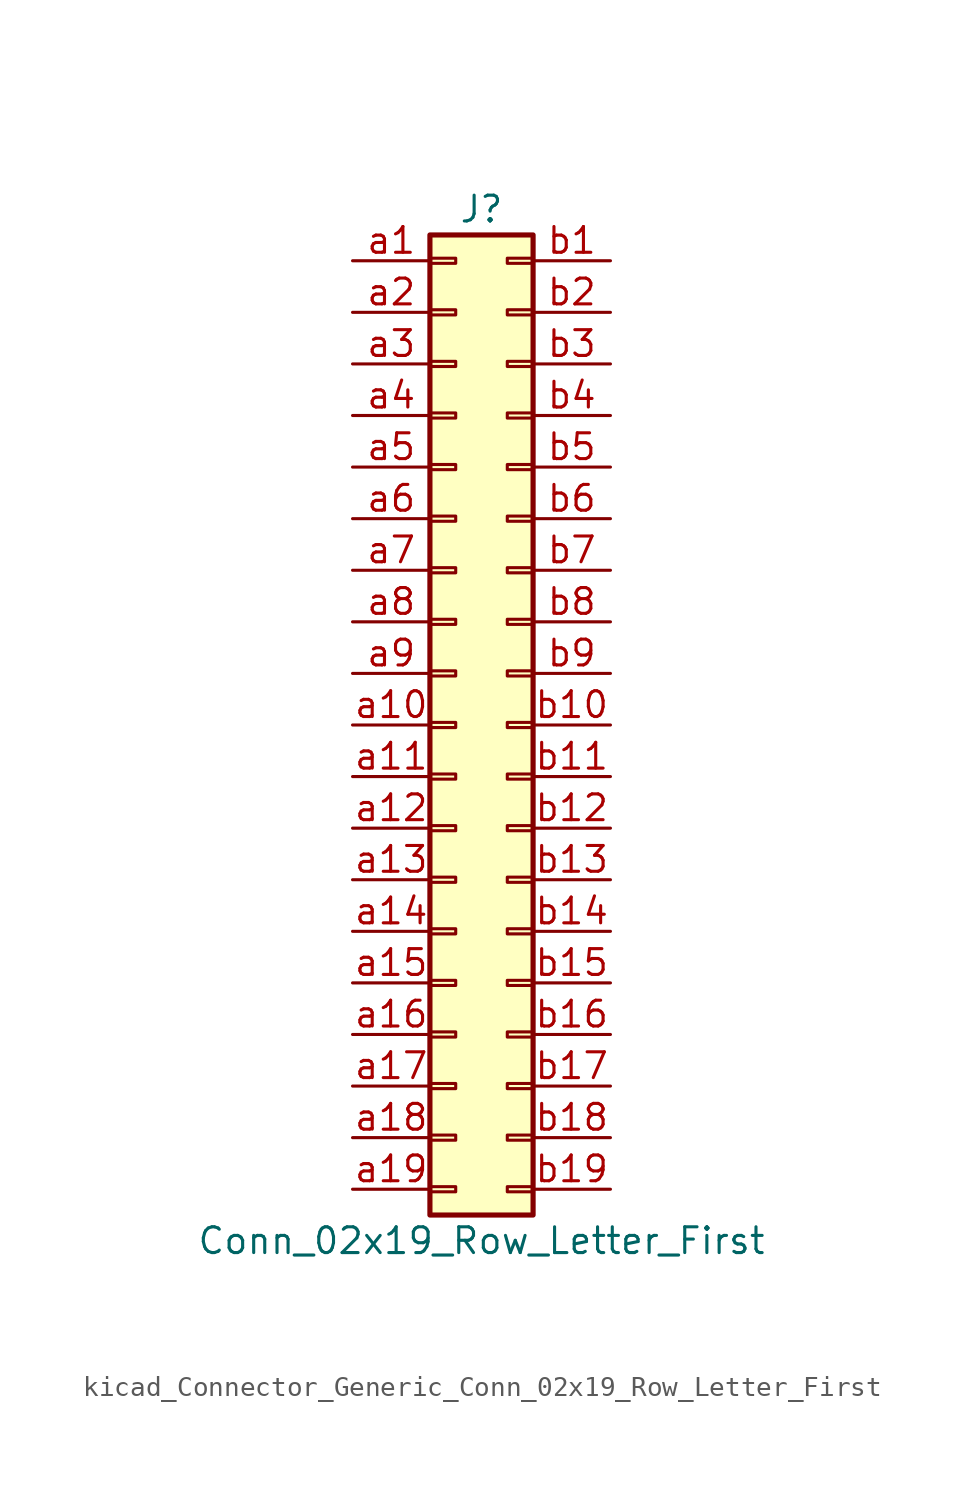
<source format=kicad_sym>
(kicad_symbol_lib
  (version 20220914)
  (generator kicad_symbol_editor)
  (symbol "kicad_Connector_Generic_Conn_02x19_Row_Letter_First"
    (pin_names
      (offset 1.016) hide)
    (property "Reference" "J"
      (at 1.27 25.4 0)
      (effects (font (size 1.27 1.27))))
    (property "Value" "Conn_02x19_Row_Letter_First"
      (at 1.27 -25.4 0)
      (effects (font (size 1.27 1.27))))
    (symbol "kicad_Connector_Generic_Conn_02x19_Row_Letter_First_1_1"
      (rectangle (start -1.27 -22.733) (end 0 -22.987) (stroke (width 0.152) (type default)) (fill (type none)))
      (rectangle (start -1.27 -20.193) (end 0 -20.447) (stroke (width 0.152) (type default)) (fill (type none)))
      (rectangle (start -1.27 -17.653) (end 0 -17.907) (stroke (width 0.152) (type default)) (fill (type none)))
      (rectangle (start -1.27 -15.113) (end 0 -15.367) (stroke (width 0.152) (type default)) (fill (type none)))
      (rectangle (start -1.27 -12.573) (end 0 -12.827) (stroke (width 0.152) (type default)) (fill (type none)))
      (rectangle (start -1.27 -10.033) (end 0 -10.287) (stroke (width 0.152) (type default)) (fill (type none)))
      (rectangle (start -1.27 -7.493) (end 0 -7.747) (stroke (width 0.152) (type default)) (fill (type none)))
      (rectangle (start -1.27 -4.953) (end 0 -5.207) (stroke (width 0.152) (type default)) (fill (type none)))
      (rectangle (start -1.27 -2.413) (end 0 -2.667) (stroke (width 0.152) (type default)) (fill (type none)))
      (rectangle (start -1.27 0.127) (end 0 -0.127) (stroke (width 0.152) (type default)) (fill (type none)))
      (rectangle (start -1.27 2.667) (end 0 2.413) (stroke (width 0.152) (type default)) (fill (type none)))
      (rectangle (start -1.27 5.207) (end 0 4.953) (stroke (width 0.152) (type default)) (fill (type none)))
      (rectangle (start -1.27 7.747) (end 0 7.493) (stroke (width 0.152) (type default)) (fill (type none)))
      (rectangle (start -1.27 10.287) (end 0 10.033) (stroke (width 0.152) (type default)) (fill (type none)))
      (rectangle (start -1.27 12.827) (end 0 12.573) (stroke (width 0.152) (type default)) (fill (type none)))
      (rectangle (start -1.27 15.367) (end 0 15.113) (stroke (width 0.152) (type default)) (fill (type none)))
      (rectangle (start -1.27 17.907) (end 0 17.653) (stroke (width 0.152) (type default)) (fill (type none)))
      (rectangle (start -1.27 20.447) (end 0 20.193) (stroke (width 0.152) (type default)) (fill (type none)))
      (rectangle (start -1.27 22.987) (end 0 22.733) (stroke (width 0.152) (type default)) (fill (type none)))
      (rectangle (start -1.27 24.13) (end 3.81 -24.13) (stroke (width 0.254) (type default)) (fill (type background)))
      (rectangle (start 3.81 -22.733) (end 2.54 -22.987) (stroke (width 0.152) (type default)) (fill (type none)))
      (rectangle (start 3.81 -20.193) (end 2.54 -20.447) (stroke (width 0.152) (type default)) (fill (type none)))
      (rectangle (start 3.81 -17.653) (end 2.54 -17.907) (stroke (width 0.152) (type default)) (fill (type none)))
      (rectangle (start 3.81 -15.113) (end 2.54 -15.367) (stroke (width 0.152) (type default)) (fill (type none)))
      (rectangle (start 3.81 -12.573) (end 2.54 -12.827) (stroke (width 0.152) (type default)) (fill (type none)))
      (rectangle (start 3.81 -10.033) (end 2.54 -10.287) (stroke (width 0.152) (type default)) (fill (type none)))
      (rectangle (start 3.81 -7.493) (end 2.54 -7.747) (stroke (width 0.152) (type default)) (fill (type none)))
      (rectangle (start 3.81 -4.953) (end 2.54 -5.207) (stroke (width 0.152) (type default)) (fill (type none)))
      (rectangle (start 3.81 -2.413) (end 2.54 -2.667) (stroke (width 0.152) (type default)) (fill (type none)))
      (rectangle (start 3.81 0.127) (end 2.54 -0.127) (stroke (width 0.152) (type default)) (fill (type none)))
      (rectangle (start 3.81 2.667) (end 2.54 2.413) (stroke (width 0.152) (type default)) (fill (type none)))
      (rectangle (start 3.81 5.207) (end 2.54 4.953) (stroke (width 0.152) (type default)) (fill (type none)))
      (rectangle (start 3.81 7.747) (end 2.54 7.493) (stroke (width 0.152) (type default)) (fill (type none)))
      (rectangle (start 3.81 10.287) (end 2.54 10.033) (stroke (width 0.152) (type default)) (fill (type none)))
      (rectangle (start 3.81 12.827) (end 2.54 12.573) (stroke (width 0.152) (type default)) (fill (type none)))
      (rectangle (start 3.81 15.367) (end 2.54 15.113) (stroke (width 0.152) (type default)) (fill (type none)))
      (rectangle (start 3.81 17.907) (end 2.54 17.653) (stroke (width 0.152) (type default)) (fill (type none)))
      (rectangle (start 3.81 20.447) (end 2.54 20.193) (stroke (width 0.152) (type default)) (fill (type none)))
      (rectangle (start 3.81 22.987) (end 2.54 22.733) (stroke (width 0.152) (type default)) (fill (type none)))
      (pin passive line (at -5.08 22.86 0) (length 3.81) (name "Pin_a1" (effects (font (size 1.27 1.27)))) (number "a1" (effects (font (size 1.27 1.27)))))
      (pin passive line (at -5.08 0 0) (length 3.81) (name "Pin_a10" (effects (font (size 1.27 1.27)))) (number "a10" (effects (font (size 1.27 1.27)))))
      (pin passive line (at -5.08 -2.54 0) (length 3.81) (name "Pin_a11" (effects (font (size 1.27 1.27)))) (number "a11" (effects (font (size 1.27 1.27)))))
      (pin passive line (at -5.08 -5.08 0) (length 3.81) (name "Pin_a12" (effects (font (size 1.27 1.27)))) (number "a12" (effects (font (size 1.27 1.27)))))
      (pin passive line (at -5.08 -7.62 0) (length 3.81) (name "Pin_a13" (effects (font (size 1.27 1.27)))) (number "a13" (effects (font (size 1.27 1.27)))))
      (pin passive line (at -5.08 -10.16 0) (length 3.81) (name "Pin_a14" (effects (font (size 1.27 1.27)))) (number "a14" (effects (font (size 1.27 1.27)))))
      (pin passive line (at -5.08 -12.7 0) (length 3.81) (name "Pin_a15" (effects (font (size 1.27 1.27)))) (number "a15" (effects (font (size 1.27 1.27)))))
      (pin passive line (at -5.08 -15.24 0) (length 3.81) (name "Pin_a16" (effects (font (size 1.27 1.27)))) (number "a16" (effects (font (size 1.27 1.27)))))
      (pin passive line (at -5.08 -17.78 0) (length 3.81) (name "Pin_a17" (effects (font (size 1.27 1.27)))) (number "a17" (effects (font (size 1.27 1.27)))))
      (pin passive line (at -5.08 -20.32 0) (length 3.81) (name "Pin_a18" (effects (font (size 1.27 1.27)))) (number "a18" (effects (font (size 1.27 1.27)))))
      (pin passive line (at -5.08 -22.86 0) (length 3.81) (name "Pin_a19" (effects (font (size 1.27 1.27)))) (number "a19" (effects (font (size 1.27 1.27)))))
      (pin passive line (at -5.08 20.32 0) (length 3.81) (name "Pin_a2" (effects (font (size 1.27 1.27)))) (number "a2" (effects (font (size 1.27 1.27)))))
      (pin passive line (at -5.08 17.78 0) (length 3.81) (name "Pin_a3" (effects (font (size 1.27 1.27)))) (number "a3" (effects (font (size 1.27 1.27)))))
      (pin passive line (at -5.08 15.24 0) (length 3.81) (name "Pin_a4" (effects (font (size 1.27 1.27)))) (number "a4" (effects (font (size 1.27 1.27)))))
      (pin passive line (at -5.08 12.7 0) (length 3.81) (name "Pin_a5" (effects (font (size 1.27 1.27)))) (number "a5" (effects (font (size 1.27 1.27)))))
      (pin passive line (at -5.08 10.16 0) (length 3.81) (name "Pin_a6" (effects (font (size 1.27 1.27)))) (number "a6" (effects (font (size 1.27 1.27)))))
      (pin passive line (at -5.08 7.62 0) (length 3.81) (name "Pin_a7" (effects (font (size 1.27 1.27)))) (number "a7" (effects (font (size 1.27 1.27)))))
      (pin passive line (at -5.08 5.08 0) (length 3.81) (name "Pin_a8" (effects (font (size 1.27 1.27)))) (number "a8" (effects (font (size 1.27 1.27)))))
      (pin passive line (at -5.08 2.54 0) (length 3.81) (name "Pin_a9" (effects (font (size 1.27 1.27)))) (number "a9" (effects (font (size 1.27 1.27)))))
      (pin passive line (at 7.62 22.86 180) (length 3.81) (name "Pin_b1" (effects (font (size 1.27 1.27)))) (number "b1" (effects (font (size 1.27 1.27)))))
      (pin passive line (at 7.62 0 180) (length 3.81) (name "Pin_b10" (effects (font (size 1.27 1.27)))) (number "b10" (effects (font (size 1.27 1.27)))))
      (pin passive line (at 7.62 -2.54 180) (length 3.81) (name "Pin_b11" (effects (font (size 1.27 1.27)))) (number "b11" (effects (font (size 1.27 1.27)))))
      (pin passive line (at 7.62 -5.08 180) (length 3.81) (name "Pin_b12" (effects (font (size 1.27 1.27)))) (number "b12" (effects (font (size 1.27 1.27)))))
      (pin passive line (at 7.62 -7.62 180) (length 3.81) (name "Pin_b13" (effects (font (size 1.27 1.27)))) (number "b13" (effects (font (size 1.27 1.27)))))
      (pin passive line (at 7.62 -10.16 180) (length 3.81) (name "Pin_b14" (effects (font (size 1.27 1.27)))) (number "b14" (effects (font (size 1.27 1.27)))))
      (pin passive line (at 7.62 -12.7 180) (length 3.81) (name "Pin_b15" (effects (font (size 1.27 1.27)))) (number "b15" (effects (font (size 1.27 1.27)))))
      (pin passive line (at 7.62 -15.24 180) (length 3.81) (name "Pin_b16" (effects (font (size 1.27 1.27)))) (number "b16" (effects (font (size 1.27 1.27)))))
      (pin passive line (at 7.62 -17.78 180) (length 3.81) (name "Pin_b17" (effects (font (size 1.27 1.27)))) (number "b17" (effects (font (size 1.27 1.27)))))
      (pin passive line (at 7.62 -20.32 180) (length 3.81) (name "Pin_b18" (effects (font (size 1.27 1.27)))) (number "b18" (effects (font (size 1.27 1.27)))))
      (pin passive line (at 7.62 -22.86 180) (length 3.81) (name "Pin_b19" (effects (font (size 1.27 1.27)))) (number "b19" (effects (font (size 1.27 1.27)))))
      (pin passive line (at 7.62 20.32 180) (length 3.81) (name "Pin_b2" (effects (font (size 1.27 1.27)))) (number "b2" (effects (font (size 1.27 1.27)))))
      (pin passive line (at 7.62 17.78 180) (length 3.81) (name "Pin_b3" (effects (font (size 1.27 1.27)))) (number "b3" (effects (font (size 1.27 1.27)))))
      (pin passive line (at 7.62 15.24 180) (length 3.81) (name "Pin_b4" (effects (font (size 1.27 1.27)))) (number "b4" (effects (font (size 1.27 1.27)))))
      (pin passive line (at 7.62 12.7 180) (length 3.81) (name "Pin_b5" (effects (font (size 1.27 1.27)))) (number "b5" (effects (font (size 1.27 1.27)))))
      (pin passive line (at 7.62 10.16 180) (length 3.81) (name "Pin_b6" (effects (font (size 1.27 1.27)))) (number "b6" (effects (font (size 1.27 1.27)))))
      (pin passive line (at 7.62 7.62 180) (length 3.81) (name "Pin_b7" (effects (font (size 1.27 1.27)))) (number "b7" (effects (font (size 1.27 1.27)))))
      (pin passive line (at 7.62 5.08 180) (length 3.81) (name "Pin_b8" (effects (font (size 1.27 1.27)))) (number "b8" (effects (font (size 1.27 1.27)))))
      (pin passive line (at 7.62 2.54 180) (length 3.81) (name "Pin_b9" (effects (font (size 1.27 1.27)))) (number "b9" (effects (font (size 1.27 1.27))))))))
</source>
